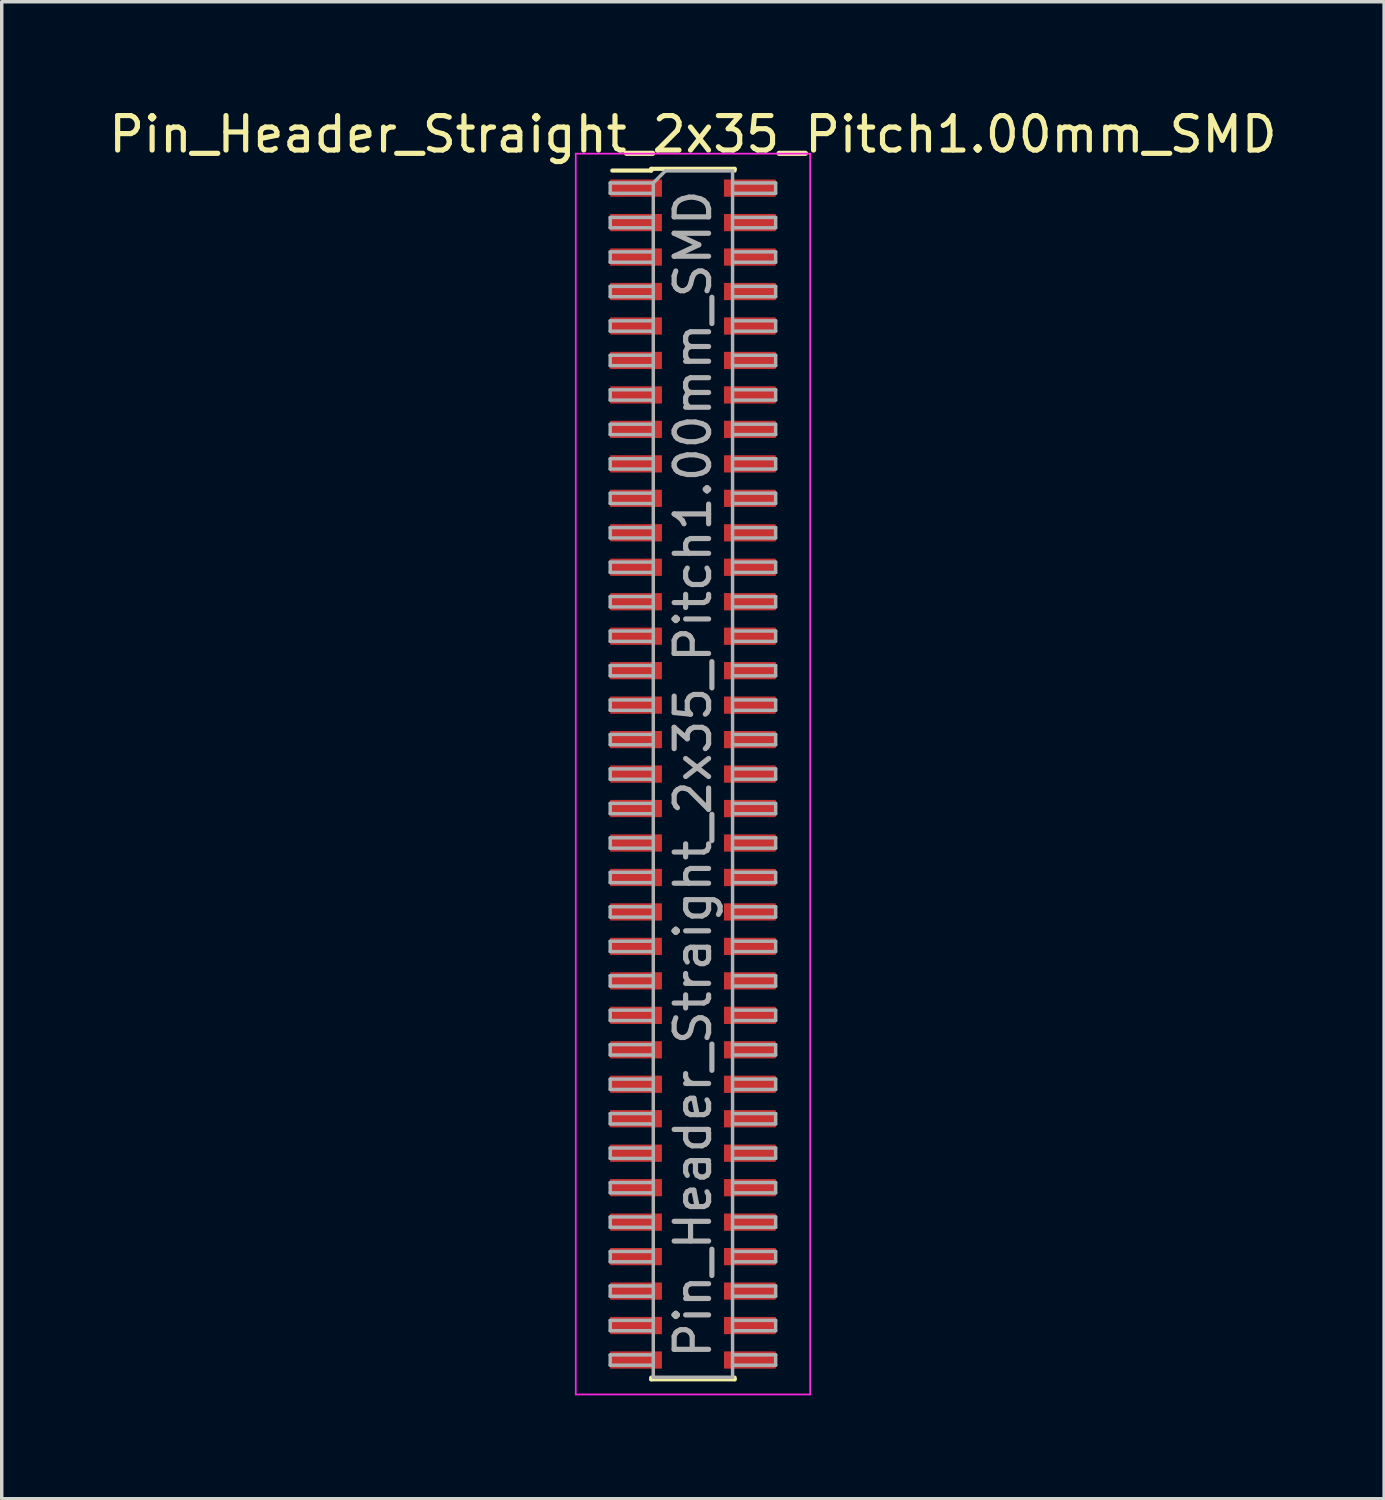
<source format=kicad_pcb>
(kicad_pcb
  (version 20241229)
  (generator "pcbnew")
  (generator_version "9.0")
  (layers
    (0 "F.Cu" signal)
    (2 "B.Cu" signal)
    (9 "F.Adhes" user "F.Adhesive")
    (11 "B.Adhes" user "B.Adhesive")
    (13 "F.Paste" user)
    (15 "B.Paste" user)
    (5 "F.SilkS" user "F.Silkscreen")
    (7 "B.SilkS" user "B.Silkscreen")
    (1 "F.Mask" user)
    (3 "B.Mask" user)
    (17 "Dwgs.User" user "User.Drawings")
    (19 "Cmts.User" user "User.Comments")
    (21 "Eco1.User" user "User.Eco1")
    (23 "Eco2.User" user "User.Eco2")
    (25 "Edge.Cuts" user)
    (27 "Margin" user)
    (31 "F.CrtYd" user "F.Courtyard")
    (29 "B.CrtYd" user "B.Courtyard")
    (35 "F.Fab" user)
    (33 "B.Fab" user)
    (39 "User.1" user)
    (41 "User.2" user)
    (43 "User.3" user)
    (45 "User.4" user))
  (footprint "Pin_Header_Straight_2x35_Pitch1.00mm_SMD"
    (layer "F.Cu")
    (at 17.054 19.408)
    (property "Reference" "Pin_Header_Straight_2x35_Pitch1.00mm_SMD" (at 0 -18.56 0) (layer "F.SilkS") (effects (font (size 1 1) (thickness 0.15))))
    (attr smd)
    (fp_line (start -2.34 -17.51) (end -1.21 -17.51) (stroke (width 0.12) (type solid)) (layer "F.SilkS"))
    (fp_line (start -1.21 -17.56) (end -1.21 -17.51) (stroke (width 0.12) (type solid)) (layer "F.SilkS"))
    (fp_line (start -1.21 -17.56) (end 1.21 -17.56) (stroke (width 0.12) (type solid)) (layer "F.SilkS"))
    (fp_line (start -1.21 17.51) (end -1.21 17.56) (stroke (width 0.12) (type solid)) (layer "F.SilkS"))
    (fp_line (start -1.21 17.56) (end 1.21 17.56) (stroke (width 0.12) (type solid)) (layer "F.SilkS"))
    (fp_line (start 1.21 -17.56) (end 1.21 -17.51) (stroke (width 0.12) (type solid)) (layer "F.SilkS"))
    (fp_line (start 1.21 17.51) (end 1.21 17.56) (stroke (width 0.12) (type solid)) (layer "F.SilkS"))
    (fp_line (start -3.4 -18) (end -3.4 18) (stroke (width 0.05) (type solid)) (layer "F.CrtYd"))
    (fp_line (start -3.4 18) (end 3.4 18) (stroke (width 0.05) (type solid)) (layer "F.CrtYd"))
    (fp_line (start 3.4 -18) (end -3.4 -18) (stroke (width 0.05) (type solid)) (layer "F.CrtYd"))
    (fp_line (start 3.4 18) (end 3.4 -18) (stroke (width 0.05) (type solid)) (layer "F.CrtYd"))
    (fp_line (start -2.4 -17.15) (end -2.4 -16.85) (stroke (width 0.1) (type solid)) (layer "F.Fab"))
    (fp_line (start -2.4 -16.85) (end -1.15 -16.85) (stroke (width 0.1) (type solid)) (layer "F.Fab"))
    (fp_line (start -2.4 -16.15) (end -2.4 -15.85) (stroke (width 0.1) (type solid)) (layer "F.Fab"))
    (fp_line (start -2.4 -15.85) (end -1.15 -15.85) (stroke (width 0.1) (type solid)) (layer "F.Fab"))
    (fp_line (start -2.4 -15.15) (end -2.4 -14.85) (stroke (width 0.1) (type solid)) (layer "F.Fab"))
    (fp_line (start -2.4 -14.85) (end -1.15 -14.85) (stroke (width 0.1) (type solid)) (layer "F.Fab"))
    (fp_line (start -2.4 -14.15) (end -2.4 -13.85) (stroke (width 0.1) (type solid)) (layer "F.Fab"))
    (fp_line (start -2.4 -13.85) (end -1.15 -13.85) (stroke (width 0.1) (type solid)) (layer "F.Fab"))
    (fp_line (start -2.4 -13.15) (end -2.4 -12.85) (stroke (width 0.1) (type solid)) (layer "F.Fab"))
    (fp_line (start -2.4 -12.85) (end -1.15 -12.85) (stroke (width 0.1) (type solid)) (layer "F.Fab"))
    (fp_line (start -2.4 -12.15) (end -2.4 -11.85) (stroke (width 0.1) (type solid)) (layer "F.Fab"))
    (fp_line (start -2.4 -11.85) (end -1.15 -11.85) (stroke (width 0.1) (type solid)) (layer "F.Fab"))
    (fp_line (start -2.4 -11.15) (end -2.4 -10.85) (stroke (width 0.1) (type solid)) (layer "F.Fab"))
    (fp_line (start -2.4 -10.85) (end -1.15 -10.85) (stroke (width 0.1) (type solid)) (layer "F.Fab"))
    (fp_line (start -2.4 -10.15) (end -2.4 -9.85) (stroke (width 0.1) (type solid)) (layer "F.Fab"))
    (fp_line (start -2.4 -9.85) (end -1.15 -9.85) (stroke (width 0.1) (type solid)) (layer "F.Fab"))
    (fp_line (start -2.4 -9.15) (end -2.4 -8.85) (stroke (width 0.1) (type solid)) (layer "F.Fab"))
    (fp_line (start -2.4 -8.85) (end -1.15 -8.85) (stroke (width 0.1) (type solid)) (layer "F.Fab"))
    (fp_line (start -2.4 -8.15) (end -2.4 -7.85) (stroke (width 0.1) (type solid)) (layer "F.Fab"))
    (fp_line (start -2.4 -7.85) (end -1.15 -7.85) (stroke (width 0.1) (type solid)) (layer "F.Fab"))
    (fp_line (start -2.4 -7.15) (end -2.4 -6.85) (stroke (width 0.1) (type solid)) (layer "F.Fab"))
    (fp_line (start -2.4 -6.85) (end -1.15 -6.85) (stroke (width 0.1) (type solid)) (layer "F.Fab"))
    (fp_line (start -2.4 -6.15) (end -2.4 -5.85) (stroke (width 0.1) (type solid)) (layer "F.Fab"))
    (fp_line (start -2.4 -5.85) (end -1.15 -5.85) (stroke (width 0.1) (type solid)) (layer "F.Fab"))
    (fp_line (start -2.4 -5.15) (end -2.4 -4.85) (stroke (width 0.1) (type solid)) (layer "F.Fab"))
    (fp_line (start -2.4 -4.85) (end -1.15 -4.85) (stroke (width 0.1) (type solid)) (layer "F.Fab"))
    (fp_line (start -2.4 -4.15) (end -2.4 -3.85) (stroke (width 0.1) (type solid)) (layer "F.Fab"))
    (fp_line (start -2.4 -3.85) (end -1.15 -3.85) (stroke (width 0.1) (type solid)) (layer "F.Fab"))
    (fp_line (start -2.4 -3.15) (end -2.4 -2.85) (stroke (width 0.1) (type solid)) (layer "F.Fab"))
    (fp_line (start -2.4 -2.85) (end -1.15 -2.85) (stroke (width 0.1) (type solid)) (layer "F.Fab"))
    (fp_line (start -2.4 -2.15) (end -2.4 -1.85) (stroke (width 0.1) (type solid)) (layer "F.Fab"))
    (fp_line (start -2.4 -1.85) (end -1.15 -1.85) (stroke (width 0.1) (type solid)) (layer "F.Fab"))
    (fp_line (start -2.4 -1.15) (end -2.4 -0.85) (stroke (width 0.1) (type solid)) (layer "F.Fab"))
    (fp_line (start -2.4 -0.85) (end -1.15 -0.85) (stroke (width 0.1) (type solid)) (layer "F.Fab"))
    (fp_line (start -2.4 -0.15) (end -2.4 0.15) (stroke (width 0.1) (type solid)) (layer "F.Fab"))
    (fp_line (start -2.4 0.15) (end -1.15 0.15) (stroke (width 0.1) (type solid)) (layer "F.Fab"))
    (fp_line (start -2.4 0.85) (end -2.4 1.15) (stroke (width 0.1) (type solid)) (layer "F.Fab"))
    (fp_line (start -2.4 1.15) (end -1.15 1.15) (stroke (width 0.1) (type solid)) (layer "F.Fab"))
    (fp_line (start -2.4 1.85) (end -2.4 2.15) (stroke (width 0.1) (type solid)) (layer "F.Fab"))
    (fp_line (start -2.4 2.15) (end -1.15 2.15) (stroke (width 0.1) (type solid)) (layer "F.Fab"))
    (fp_line (start -2.4 2.85) (end -2.4 3.15) (stroke (width 0.1) (type solid)) (layer "F.Fab"))
    (fp_line (start -2.4 3.15) (end -1.15 3.15) (stroke (width 0.1) (type solid)) (layer "F.Fab"))
    (fp_line (start -2.4 3.85) (end -2.4 4.15) (stroke (width 0.1) (type solid)) (layer "F.Fab"))
    (fp_line (start -2.4 4.15) (end -1.15 4.15) (stroke (width 0.1) (type solid)) (layer "F.Fab"))
    (fp_line (start -2.4 4.85) (end -2.4 5.15) (stroke (width 0.1) (type solid)) (layer "F.Fab"))
    (fp_line (start -2.4 5.15) (end -1.15 5.15) (stroke (width 0.1) (type solid)) (layer "F.Fab"))
    (fp_line (start -2.4 5.85) (end -2.4 6.15) (stroke (width 0.1) (type solid)) (layer "F.Fab"))
    (fp_line (start -2.4 6.15) (end -1.15 6.15) (stroke (width 0.1) (type solid)) (layer "F.Fab"))
    (fp_line (start -2.4 6.85) (end -2.4 7.15) (stroke (width 0.1) (type solid)) (layer "F.Fab"))
    (fp_line (start -2.4 7.15) (end -1.15 7.15) (stroke (width 0.1) (type solid)) (layer "F.Fab"))
    (fp_line (start -2.4 7.85) (end -2.4 8.15) (stroke (width 0.1) (type solid)) (layer "F.Fab"))
    (fp_line (start -2.4 8.15) (end -1.15 8.15) (stroke (width 0.1) (type solid)) (layer "F.Fab"))
    (fp_line (start -2.4 8.85) (end -2.4 9.15) (stroke (width 0.1) (type solid)) (layer "F.Fab"))
    (fp_line (start -2.4 9.15) (end -1.15 9.15) (stroke (width 0.1) (type solid)) (layer "F.Fab"))
    (fp_line (start -2.4 9.85) (end -2.4 10.15) (stroke (width 0.1) (type solid)) (layer "F.Fab"))
    (fp_line (start -2.4 10.15) (end -1.15 10.15) (stroke (width 0.1) (type solid)) (layer "F.Fab"))
    (fp_line (start -2.4 10.85) (end -2.4 11.15) (stroke (width 0.1) (type solid)) (layer "F.Fab"))
    (fp_line (start -2.4 11.15) (end -1.15 11.15) (stroke (width 0.1) (type solid)) (layer "F.Fab"))
    (fp_line (start -2.4 11.85) (end -2.4 12.15) (stroke (width 0.1) (type solid)) (layer "F.Fab"))
    (fp_line (start -2.4 12.15) (end -1.15 12.15) (stroke (width 0.1) (type solid)) (layer "F.Fab"))
    (fp_line (start -2.4 12.85) (end -2.4 13.15) (stroke (width 0.1) (type solid)) (layer "F.Fab"))
    (fp_line (start -2.4 13.15) (end -1.15 13.15) (stroke (width 0.1) (type solid)) (layer "F.Fab"))
    (fp_line (start -2.4 13.85) (end -2.4 14.15) (stroke (width 0.1) (type solid)) (layer "F.Fab"))
    (fp_line (start -2.4 14.15) (end -1.15 14.15) (stroke (width 0.1) (type solid)) (layer "F.Fab"))
    (fp_line (start -2.4 14.85) (end -2.4 15.15) (stroke (width 0.1) (type solid)) (layer "F.Fab"))
    (fp_line (start -2.4 15.15) (end -1.15 15.15) (stroke (width 0.1) (type solid)) (layer "F.Fab"))
    (fp_line (start -2.4 15.85) (end -2.4 16.15) (stroke (width 0.1) (type solid)) (layer "F.Fab"))
    (fp_line (start -2.4 16.15) (end -1.15 16.15) (stroke (width 0.1) (type solid)) (layer "F.Fab"))
    (fp_line (start -2.4 16.85) (end -2.4 17.15) (stroke (width 0.1) (type solid)) (layer "F.Fab"))
    (fp_line (start -2.4 17.15) (end -1.15 17.15) (stroke (width 0.1) (type solid)) (layer "F.Fab"))
    (fp_line (start -1.15 -17.15) (end -2.4 -17.15) (stroke (width 0.1) (type solid)) (layer "F.Fab"))
    (fp_line (start -1.15 -17.15) (end -0.8 -17.5) (stroke (width 0.1) (type solid)) (layer "F.Fab"))
    (fp_line (start -1.15 -16.15) (end -2.4 -16.15) (stroke (width 0.1) (type solid)) (layer "F.Fab"))
    (fp_line (start -1.15 -15.15) (end -2.4 -15.15) (stroke (width 0.1) (type solid)) (layer "F.Fab"))
    (fp_line (start -1.15 -14.15) (end -2.4 -14.15) (stroke (width 0.1) (type solid)) (layer "F.Fab"))
    (fp_line (start -1.15 -13.15) (end -2.4 -13.15) (stroke (width 0.1) (type solid)) (layer "F.Fab"))
    (fp_line (start -1.15 -12.15) (end -2.4 -12.15) (stroke (width 0.1) (type solid)) (layer "F.Fab"))
    (fp_line (start -1.15 -11.15) (end -2.4 -11.15) (stroke (width 0.1) (type solid)) (layer "F.Fab"))
    (fp_line (start -1.15 -10.15) (end -2.4 -10.15) (stroke (width 0.1) (type solid)) (layer "F.Fab"))
    (fp_line (start -1.15 -9.15) (end -2.4 -9.15) (stroke (width 0.1) (type solid)) (layer "F.Fab"))
    (fp_line (start -1.15 -8.15) (end -2.4 -8.15) (stroke (width 0.1) (type solid)) (layer "F.Fab"))
    (fp_line (start -1.15 -7.15) (end -2.4 -7.15) (stroke (width 0.1) (type solid)) (layer "F.Fab"))
    (fp_line (start -1.15 -6.15) (end -2.4 -6.15) (stroke (width 0.1) (type solid)) (layer "F.Fab"))
    (fp_line (start -1.15 -5.15) (end -2.4 -5.15) (stroke (width 0.1) (type solid)) (layer "F.Fab"))
    (fp_line (start -1.15 -4.15) (end -2.4 -4.15) (stroke (width 0.1) (type solid)) (layer "F.Fab"))
    (fp_line (start -1.15 -3.15) (end -2.4 -3.15) (stroke (width 0.1) (type solid)) (layer "F.Fab"))
    (fp_line (start -1.15 -2.15) (end -2.4 -2.15) (stroke (width 0.1) (type solid)) (layer "F.Fab"))
    (fp_line (start -1.15 -1.15) (end -2.4 -1.15) (stroke (width 0.1) (type solid)) (layer "F.Fab"))
    (fp_line (start -1.15 -0.15) (end -2.4 -0.15) (stroke (width 0.1) (type solid)) (layer "F.Fab"))
    (fp_line (start -1.15 0.85) (end -2.4 0.85) (stroke (width 0.1) (type solid)) (layer "F.Fab"))
    (fp_line (start -1.15 1.85) (end -2.4 1.85) (stroke (width 0.1) (type solid)) (layer "F.Fab"))
    (fp_line (start -1.15 2.85) (end -2.4 2.85) (stroke (width 0.1) (type solid)) (layer "F.Fab"))
    (fp_line (start -1.15 3.85) (end -2.4 3.85) (stroke (width 0.1) (type solid)) (layer "F.Fab"))
    (fp_line (start -1.15 4.85) (end -2.4 4.85) (stroke (width 0.1) (type solid)) (layer "F.Fab"))
    (fp_line (start -1.15 5.85) (end -2.4 5.85) (stroke (width 0.1) (type solid)) (layer "F.Fab"))
    (fp_line (start -1.15 6.85) (end -2.4 6.85) (stroke (width 0.1) (type solid)) (layer "F.Fab"))
    (fp_line (start -1.15 7.85) (end -2.4 7.85) (stroke (width 0.1) (type solid)) (layer "F.Fab"))
    (fp_line (start -1.15 8.85) (end -2.4 8.85) (stroke (width 0.1) (type solid)) (layer "F.Fab"))
    (fp_line (start -1.15 9.85) (end -2.4 9.85) (stroke (width 0.1) (type solid)) (layer "F.Fab"))
    (fp_line (start -1.15 10.85) (end -2.4 10.85) (stroke (width 0.1) (type solid)) (layer "F.Fab"))
    (fp_line (start -1.15 11.85) (end -2.4 11.85) (stroke (width 0.1) (type solid)) (layer "F.Fab"))
    (fp_line (start -1.15 12.85) (end -2.4 12.85) (stroke (width 0.1) (type solid)) (layer "F.Fab"))
    (fp_line (start -1.15 13.85) (end -2.4 13.85) (stroke (width 0.1) (type solid)) (layer "F.Fab"))
    (fp_line (start -1.15 14.85) (end -2.4 14.85) (stroke (width 0.1) (type solid)) (layer "F.Fab"))
    (fp_line (start -1.15 15.85) (end -2.4 15.85) (stroke (width 0.1) (type solid)) (layer "F.Fab"))
    (fp_line (start -1.15 16.85) (end -2.4 16.85) (stroke (width 0.1) (type solid)) (layer "F.Fab"))
    (fp_line (start -1.15 17.5) (end -1.15 -17.15) (stroke (width 0.1) (type solid)) (layer "F.Fab"))
    (fp_line (start -0.8 -17.5) (end 1.15 -17.5) (stroke (width 0.1) (type solid)) (layer "F.Fab"))
    (fp_line (start 1.15 -17.5) (end 1.15 17.5) (stroke (width 0.1) (type solid)) (layer "F.Fab"))
    (fp_line (start 1.15 -17.15) (end 2.4 -17.15) (stroke (width 0.1) (type solid)) (layer "F.Fab"))
    (fp_line (start 1.15 -16.15) (end 2.4 -16.15) (stroke (width 0.1) (type solid)) (layer "F.Fab"))
    (fp_line (start 1.15 -15.15) (end 2.4 -15.15) (stroke (width 0.1) (type solid)) (layer "F.Fab"))
    (fp_line (start 1.15 -14.15) (end 2.4 -14.15) (stroke (width 0.1) (type solid)) (layer "F.Fab"))
    (fp_line (start 1.15 -13.15) (end 2.4 -13.15) (stroke (width 0.1) (type solid)) (layer "F.Fab"))
    (fp_line (start 1.15 -12.15) (end 2.4 -12.15) (stroke (width 0.1) (type solid)) (layer "F.Fab"))
    (fp_line (start 1.15 -11.15) (end 2.4 -11.15) (stroke (width 0.1) (type solid)) (layer "F.Fab"))
    (fp_line (start 1.15 -10.15) (end 2.4 -10.15) (stroke (width 0.1) (type solid)) (layer "F.Fab"))
    (fp_line (start 1.15 -9.15) (end 2.4 -9.15) (stroke (width 0.1) (type solid)) (layer "F.Fab"))
    (fp_line (start 1.15 -8.15) (end 2.4 -8.15) (stroke (width 0.1) (type solid)) (layer "F.Fab"))
    (fp_line (start 1.15 -7.15) (end 2.4 -7.15) (stroke (width 0.1) (type solid)) (layer "F.Fab"))
    (fp_line (start 1.15 -6.15) (end 2.4 -6.15) (stroke (width 0.1) (type solid)) (layer "F.Fab"))
    (fp_line (start 1.15 -5.15) (end 2.4 -5.15) (stroke (width 0.1) (type solid)) (layer "F.Fab"))
    (fp_line (start 1.15 -4.15) (end 2.4 -4.15) (stroke (width 0.1) (type solid)) (layer "F.Fab"))
    (fp_line (start 1.15 -3.15) (end 2.4 -3.15) (stroke (width 0.1) (type solid)) (layer "F.Fab"))
    (fp_line (start 1.15 -2.15) (end 2.4 -2.15) (stroke (width 0.1) (type solid)) (layer "F.Fab"))
    (fp_line (start 1.15 -1.15) (end 2.4 -1.15) (stroke (width 0.1) (type solid)) (layer "F.Fab"))
    (fp_line (start 1.15 -0.15) (end 2.4 -0.15) (stroke (width 0.1) (type solid)) (layer "F.Fab"))
    (fp_line (start 1.15 0.85) (end 2.4 0.85) (stroke (width 0.1) (type solid)) (layer "F.Fab"))
    (fp_line (start 1.15 1.85) (end 2.4 1.85) (stroke (width 0.1) (type solid)) (layer "F.Fab"))
    (fp_line (start 1.15 2.85) (end 2.4 2.85) (stroke (width 0.1) (type solid)) (layer "F.Fab"))
    (fp_line (start 1.15 3.85) (end 2.4 3.85) (stroke (width 0.1) (type solid)) (layer "F.Fab"))
    (fp_line (start 1.15 4.85) (end 2.4 4.85) (stroke (width 0.1) (type solid)) (layer "F.Fab"))
    (fp_line (start 1.15 5.85) (end 2.4 5.85) (stroke (width 0.1) (type solid)) (layer "F.Fab"))
    (fp_line (start 1.15 6.85) (end 2.4 6.85) (stroke (width 0.1) (type solid)) (layer "F.Fab"))
    (fp_line (start 1.15 7.85) (end 2.4 7.85) (stroke (width 0.1) (type solid)) (layer "F.Fab"))
    (fp_line (start 1.15 8.85) (end 2.4 8.85) (stroke (width 0.1) (type solid)) (layer "F.Fab"))
    (fp_line (start 1.15 9.85) (end 2.4 9.85) (stroke (width 0.1) (type solid)) (layer "F.Fab"))
    (fp_line (start 1.15 10.85) (end 2.4 10.85) (stroke (width 0.1) (type solid)) (layer "F.Fab"))
    (fp_line (start 1.15 11.85) (end 2.4 11.85) (stroke (width 0.1) (type solid)) (layer "F.Fab"))
    (fp_line (start 1.15 12.85) (end 2.4 12.85) (stroke (width 0.1) (type solid)) (layer "F.Fab"))
    (fp_line (start 1.15 13.85) (end 2.4 13.85) (stroke (width 0.1) (type solid)) (layer "F.Fab"))
    (fp_line (start 1.15 14.85) (end 2.4 14.85) (stroke (width 0.1) (type solid)) (layer "F.Fab"))
    (fp_line (start 1.15 15.85) (end 2.4 15.85) (stroke (width 0.1) (type solid)) (layer "F.Fab"))
    (fp_line (start 1.15 16.85) (end 2.4 16.85) (stroke (width 0.1) (type solid)) (layer "F.Fab"))
    (fp_line (start 1.15 17.5) (end -1.15 17.5) (stroke (width 0.1) (type solid)) (layer "F.Fab"))
    (fp_line (start 2.4 -17.15) (end 2.4 -16.85) (stroke (width 0.1) (type solid)) (layer "F.Fab"))
    (fp_line (start 2.4 -16.85) (end 1.15 -16.85) (stroke (width 0.1) (type solid)) (layer "F.Fab"))
    (fp_line (start 2.4 -16.15) (end 2.4 -15.85) (stroke (width 0.1) (type solid)) (layer "F.Fab"))
    (fp_line (start 2.4 -15.85) (end 1.15 -15.85) (stroke (width 0.1) (type solid)) (layer "F.Fab"))
    (fp_line (start 2.4 -15.15) (end 2.4 -14.85) (stroke (width 0.1) (type solid)) (layer "F.Fab"))
    (fp_line (start 2.4 -14.85) (end 1.15 -14.85) (stroke (width 0.1) (type solid)) (layer "F.Fab"))
    (fp_line (start 2.4 -14.15) (end 2.4 -13.85) (stroke (width 0.1) (type solid)) (layer "F.Fab"))
    (fp_line (start 2.4 -13.85) (end 1.15 -13.85) (stroke (width 0.1) (type solid)) (layer "F.Fab"))
    (fp_line (start 2.4 -13.15) (end 2.4 -12.85) (stroke (width 0.1) (type solid)) (layer "F.Fab"))
    (fp_line (start 2.4 -12.85) (end 1.15 -12.85) (stroke (width 0.1) (type solid)) (layer "F.Fab"))
    (fp_line (start 2.4 -12.15) (end 2.4 -11.85) (stroke (width 0.1) (type solid)) (layer "F.Fab"))
    (fp_line (start 2.4 -11.85) (end 1.15 -11.85) (stroke (width 0.1) (type solid)) (layer "F.Fab"))
    (fp_line (start 2.4 -11.15) (end 2.4 -10.85) (stroke (width 0.1) (type solid)) (layer "F.Fab"))
    (fp_line (start 2.4 -10.85) (end 1.15 -10.85) (stroke (width 0.1) (type solid)) (layer "F.Fab"))
    (fp_line (start 2.4 -10.15) (end 2.4 -9.85) (stroke (width 0.1) (type solid)) (layer "F.Fab"))
    (fp_line (start 2.4 -9.85) (end 1.15 -9.85) (stroke (width 0.1) (type solid)) (layer "F.Fab"))
    (fp_line (start 2.4 -9.15) (end 2.4 -8.85) (stroke (width 0.1) (type solid)) (layer "F.Fab"))
    (fp_line (start 2.4 -8.85) (end 1.15 -8.85) (stroke (width 0.1) (type solid)) (layer "F.Fab"))
    (fp_line (start 2.4 -8.15) (end 2.4 -7.85) (stroke (width 0.1) (type solid)) (layer "F.Fab"))
    (fp_line (start 2.4 -7.85) (end 1.15 -7.85) (stroke (width 0.1) (type solid)) (layer "F.Fab"))
    (fp_line (start 2.4 -7.15) (end 2.4 -6.85) (stroke (width 0.1) (type solid)) (layer "F.Fab"))
    (fp_line (start 2.4 -6.85) (end 1.15 -6.85) (stroke (width 0.1) (type solid)) (layer "F.Fab"))
    (fp_line (start 2.4 -6.15) (end 2.4 -5.85) (stroke (width 0.1) (type solid)) (layer "F.Fab"))
    (fp_line (start 2.4 -5.85) (end 1.15 -5.85) (stroke (width 0.1) (type solid)) (layer "F.Fab"))
    (fp_line (start 2.4 -5.15) (end 2.4 -4.85) (stroke (width 0.1) (type solid)) (layer "F.Fab"))
    (fp_line (start 2.4 -4.85) (end 1.15 -4.85) (stroke (width 0.1) (type solid)) (layer "F.Fab"))
    (fp_line (start 2.4 -4.15) (end 2.4 -3.85) (stroke (width 0.1) (type solid)) (layer "F.Fab"))
    (fp_line (start 2.4 -3.85) (end 1.15 -3.85) (stroke (width 0.1) (type solid)) (layer "F.Fab"))
    (fp_line (start 2.4 -3.15) (end 2.4 -2.85) (stroke (width 0.1) (type solid)) (layer "F.Fab"))
    (fp_line (start 2.4 -2.85) (end 1.15 -2.85) (stroke (width 0.1) (type solid)) (layer "F.Fab"))
    (fp_line (start 2.4 -2.15) (end 2.4 -1.85) (stroke (width 0.1) (type solid)) (layer "F.Fab"))
    (fp_line (start 2.4 -1.85) (end 1.15 -1.85) (stroke (width 0.1) (type solid)) (layer "F.Fab"))
    (fp_line (start 2.4 -1.15) (end 2.4 -0.85) (stroke (width 0.1) (type solid)) (layer "F.Fab"))
    (fp_line (start 2.4 -0.85) (end 1.15 -0.85) (stroke (width 0.1) (type solid)) (layer "F.Fab"))
    (fp_line (start 2.4 -0.15) (end 2.4 0.15) (stroke (width 0.1) (type solid)) (layer "F.Fab"))
    (fp_line (start 2.4 0.15) (end 1.15 0.15) (stroke (width 0.1) (type solid)) (layer "F.Fab"))
    (fp_line (start 2.4 0.85) (end 2.4 1.15) (stroke (width 0.1) (type solid)) (layer "F.Fab"))
    (fp_line (start 2.4 1.15) (end 1.15 1.15) (stroke (width 0.1) (type solid)) (layer "F.Fab"))
    (fp_line (start 2.4 1.85) (end 2.4 2.15) (stroke (width 0.1) (type solid)) (layer "F.Fab"))
    (fp_line (start 2.4 2.15) (end 1.15 2.15) (stroke (width 0.1) (type solid)) (layer "F.Fab"))
    (fp_line (start 2.4 2.85) (end 2.4 3.15) (stroke (width 0.1) (type solid)) (layer "F.Fab"))
    (fp_line (start 2.4 3.15) (end 1.15 3.15) (stroke (width 0.1) (type solid)) (layer "F.Fab"))
    (fp_line (start 2.4 3.85) (end 2.4 4.15) (stroke (width 0.1) (type solid)) (layer "F.Fab"))
    (fp_line (start 2.4 4.15) (end 1.15 4.15) (stroke (width 0.1) (type solid)) (layer "F.Fab"))
    (fp_line (start 2.4 4.85) (end 2.4 5.15) (stroke (width 0.1) (type solid)) (layer "F.Fab"))
    (fp_line (start 2.4 5.15) (end 1.15 5.15) (stroke (width 0.1) (type solid)) (layer "F.Fab"))
    (fp_line (start 2.4 5.85) (end 2.4 6.15) (stroke (width 0.1) (type solid)) (layer "F.Fab"))
    (fp_line (start 2.4 6.15) (end 1.15 6.15) (stroke (width 0.1) (type solid)) (layer "F.Fab"))
    (fp_line (start 2.4 6.85) (end 2.4 7.15) (stroke (width 0.1) (type solid)) (layer "F.Fab"))
    (fp_line (start 2.4 7.15) (end 1.15 7.15) (stroke (width 0.1) (type solid)) (layer "F.Fab"))
    (fp_line (start 2.4 7.85) (end 2.4 8.15) (stroke (width 0.1) (type solid)) (layer "F.Fab"))
    (fp_line (start 2.4 8.15) (end 1.15 8.15) (stroke (width 0.1) (type solid)) (layer "F.Fab"))
    (fp_line (start 2.4 8.85) (end 2.4 9.15) (stroke (width 0.1) (type solid)) (layer "F.Fab"))
    (fp_line (start 2.4 9.15) (end 1.15 9.15) (stroke (width 0.1) (type solid)) (layer "F.Fab"))
    (fp_line (start 2.4 9.85) (end 2.4 10.15) (stroke (width 0.1) (type solid)) (layer "F.Fab"))
    (fp_line (start 2.4 10.15) (end 1.15 10.15) (stroke (width 0.1) (type solid)) (layer "F.Fab"))
    (fp_line (start 2.4 10.85) (end 2.4 11.15) (stroke (width 0.1) (type solid)) (layer "F.Fab"))
    (fp_line (start 2.4 11.15) (end 1.15 11.15) (stroke (width 0.1) (type solid)) (layer "F.Fab"))
    (fp_line (start 2.4 11.85) (end 2.4 12.15) (stroke (width 0.1) (type solid)) (layer "F.Fab"))
    (fp_line (start 2.4 12.15) (end 1.15 12.15) (stroke (width 0.1) (type solid)) (layer "F.Fab"))
    (fp_line (start 2.4 12.85) (end 2.4 13.15) (stroke (width 0.1) (type solid)) (layer "F.Fab"))
    (fp_line (start 2.4 13.15) (end 1.15 13.15) (stroke (width 0.1) (type solid)) (layer "F.Fab"))
    (fp_line (start 2.4 13.85) (end 2.4 14.15) (stroke (width 0.1) (type solid)) (layer "F.Fab"))
    (fp_line (start 2.4 14.15) (end 1.15 14.15) (stroke (width 0.1) (type solid)) (layer "F.Fab"))
    (fp_line (start 2.4 14.85) (end 2.4 15.15) (stroke (width 0.1) (type solid)) (layer "F.Fab"))
    (fp_line (start 2.4 15.15) (end 1.15 15.15) (stroke (width 0.1) (type solid)) (layer "F.Fab"))
    (fp_line (start 2.4 15.85) (end 2.4 16.15) (stroke (width 0.1) (type solid)) (layer "F.Fab"))
    (fp_line (start 2.4 16.15) (end 1.15 16.15) (stroke (width 0.1) (type solid)) (layer "F.Fab"))
    (fp_line (start 2.4 16.85) (end 2.4 17.15) (stroke (width 0.1) (type solid)) (layer "F.Fab"))
    (fp_line (start 2.4 17.15) (end 1.15 17.15) (stroke (width 0.1) (type solid)) (layer "F.Fab"))
    (fp_text user "${REFERENCE}" (at 0 0 90) (layer "F.Fab") (effects (font (size 1 1) (thickness 0.15))))
    (pad "1" smd rect (at -1.65 -17) (size 1.5 0.5) (layers "F.Cu" "F.Mask" "F.Paste"))
    (pad "2" smd rect (at 1.65 -17) (size 1.5 0.5) (layers "F.Cu" "F.Mask" "F.Paste"))
    (pad "3" smd rect (at -1.65 -16) (size 1.5 0.5) (layers "F.Cu" "F.Mask" "F.Paste"))
    (pad "4" smd rect (at 1.65 -16) (size 1.5 0.5) (layers "F.Cu" "F.Mask" "F.Paste"))
    (pad "5" smd rect (at -1.65 -15) (size 1.5 0.5) (layers "F.Cu" "F.Mask" "F.Paste"))
    (pad "6" smd rect (at 1.65 -15) (size 1.5 0.5) (layers "F.Cu" "F.Mask" "F.Paste"))
    (pad "7" smd rect (at -1.65 -14) (size 1.5 0.5) (layers "F.Cu" "F.Mask" "F.Paste"))
    (pad "8" smd rect (at 1.65 -14) (size 1.5 0.5) (layers "F.Cu" "F.Mask" "F.Paste"))
    (pad "9" smd rect (at -1.65 -13) (size 1.5 0.5) (layers "F.Cu" "F.Mask" "F.Paste"))
    (pad "10" smd rect (at 1.65 -13) (size 1.5 0.5) (layers "F.Cu" "F.Mask" "F.Paste"))
    (pad "11" smd rect (at -1.65 -12) (size 1.5 0.5) (layers "F.Cu" "F.Mask" "F.Paste"))
    (pad "12" smd rect (at 1.65 -12) (size 1.5 0.5) (layers "F.Cu" "F.Mask" "F.Paste"))
    (pad "13" smd rect (at -1.65 -11) (size 1.5 0.5) (layers "F.Cu" "F.Mask" "F.Paste"))
    (pad "14" smd rect (at 1.65 -11) (size 1.5 0.5) (layers "F.Cu" "F.Mask" "F.Paste"))
    (pad "15" smd rect (at -1.65 -10) (size 1.5 0.5) (layers "F.Cu" "F.Mask" "F.Paste"))
    (pad "16" smd rect (at 1.65 -10) (size 1.5 0.5) (layers "F.Cu" "F.Mask" "F.Paste"))
    (pad "17" smd rect (at -1.65 -9) (size 1.5 0.5) (layers "F.Cu" "F.Mask" "F.Paste"))
    (pad "18" smd rect (at 1.65 -9) (size 1.5 0.5) (layers "F.Cu" "F.Mask" "F.Paste"))
    (pad "19" smd rect (at -1.65 -8) (size 1.5 0.5) (layers "F.Cu" "F.Mask" "F.Paste"))
    (pad "20" smd rect (at 1.65 -8) (size 1.5 0.5) (layers "F.Cu" "F.Mask" "F.Paste"))
    (pad "21" smd rect (at -1.65 -7) (size 1.5 0.5) (layers "F.Cu" "F.Mask" "F.Paste"))
    (pad "22" smd rect (at 1.65 -7) (size 1.5 0.5) (layers "F.Cu" "F.Mask" "F.Paste"))
    (pad "23" smd rect (at -1.65 -6) (size 1.5 0.5) (layers "F.Cu" "F.Mask" "F.Paste"))
    (pad "24" smd rect (at 1.65 -6) (size 1.5 0.5) (layers "F.Cu" "F.Mask" "F.Paste"))
    (pad "25" smd rect (at -1.65 -5) (size 1.5 0.5) (layers "F.Cu" "F.Mask" "F.Paste"))
    (pad "26" smd rect (at 1.65 -5) (size 1.5 0.5) (layers "F.Cu" "F.Mask" "F.Paste"))
    (pad "27" smd rect (at -1.65 -4) (size 1.5 0.5) (layers "F.Cu" "F.Mask" "F.Paste"))
    (pad "28" smd rect (at 1.65 -4) (size 1.5 0.5) (layers "F.Cu" "F.Mask" "F.Paste"))
    (pad "29" smd rect (at -1.65 -3) (size 1.5 0.5) (layers "F.Cu" "F.Mask" "F.Paste"))
    (pad "30" smd rect (at 1.65 -3) (size 1.5 0.5) (layers "F.Cu" "F.Mask" "F.Paste"))
    (pad "31" smd rect (at -1.65 -2) (size 1.5 0.5) (layers "F.Cu" "F.Mask" "F.Paste"))
    (pad "32" smd rect (at 1.65 -2) (size 1.5 0.5) (layers "F.Cu" "F.Mask" "F.Paste"))
    (pad "33" smd rect (at -1.65 -1) (size 1.5 0.5) (layers "F.Cu" "F.Mask" "F.Paste"))
    (pad "34" smd rect (at 1.65 -1) (size 1.5 0.5) (layers "F.Cu" "F.Mask" "F.Paste"))
    (pad "35" smd rect (at -1.65 0) (size 1.5 0.5) (layers "F.Cu" "F.Mask" "F.Paste"))
    (pad "36" smd rect (at 1.65 0) (size 1.5 0.5) (layers "F.Cu" "F.Mask" "F.Paste"))
    (pad "37" smd rect (at -1.65 1) (size 1.5 0.5) (layers "F.Cu" "F.Mask" "F.Paste"))
    (pad "38" smd rect (at 1.65 1) (size 1.5 0.5) (layers "F.Cu" "F.Mask" "F.Paste"))
    (pad "39" smd rect (at -1.65 2) (size 1.5 0.5) (layers "F.Cu" "F.Mask" "F.Paste"))
    (pad "40" smd rect (at 1.65 2) (size 1.5 0.5) (layers "F.Cu" "F.Mask" "F.Paste"))
    (pad "41" smd rect (at -1.65 3) (size 1.5 0.5) (layers "F.Cu" "F.Mask" "F.Paste"))
    (pad "42" smd rect (at 1.65 3) (size 1.5 0.5) (layers "F.Cu" "F.Mask" "F.Paste"))
    (pad "43" smd rect (at -1.65 4) (size 1.5 0.5) (layers "F.Cu" "F.Mask" "F.Paste"))
    (pad "44" smd rect (at 1.65 4) (size 1.5 0.5) (layers "F.Cu" "F.Mask" "F.Paste"))
    (pad "45" smd rect (at -1.65 5) (size 1.5 0.5) (layers "F.Cu" "F.Mask" "F.Paste"))
    (pad "46" smd rect (at 1.65 5) (size 1.5 0.5) (layers "F.Cu" "F.Mask" "F.Paste"))
    (pad "47" smd rect (at -1.65 6) (size 1.5 0.5) (layers "F.Cu" "F.Mask" "F.Paste"))
    (pad "48" smd rect (at 1.65 6) (size 1.5 0.5) (layers "F.Cu" "F.Mask" "F.Paste"))
    (pad "49" smd rect (at -1.65 7) (size 1.5 0.5) (layers "F.Cu" "F.Mask" "F.Paste"))
    (pad "50" smd rect (at 1.65 7) (size 1.5 0.5) (layers "F.Cu" "F.Mask" "F.Paste"))
    (pad "51" smd rect (at -1.65 8) (size 1.5 0.5) (layers "F.Cu" "F.Mask" "F.Paste"))
    (pad "52" smd rect (at 1.65 8) (size 1.5 0.5) (layers "F.Cu" "F.Mask" "F.Paste"))
    (pad "53" smd rect (at -1.65 9) (size 1.5 0.5) (layers "F.Cu" "F.Mask" "F.Paste"))
    (pad "54" smd rect (at 1.65 9) (size 1.5 0.5) (layers "F.Cu" "F.Mask" "F.Paste"))
    (pad "55" smd rect (at -1.65 10) (size 1.5 0.5) (layers "F.Cu" "F.Mask" "F.Paste"))
    (pad "56" smd rect (at 1.65 10) (size 1.5 0.5) (layers "F.Cu" "F.Mask" "F.Paste"))
    (pad "57" smd rect (at -1.65 11) (size 1.5 0.5) (layers "F.Cu" "F.Mask" "F.Paste"))
    (pad "58" smd rect (at 1.65 11) (size 1.5 0.5) (layers "F.Cu" "F.Mask" "F.Paste"))
    (pad "59" smd rect (at -1.65 12) (size 1.5 0.5) (layers "F.Cu" "F.Mask" "F.Paste"))
    (pad "60" smd rect (at 1.65 12) (size 1.5 0.5) (layers "F.Cu" "F.Mask" "F.Paste"))
    (pad "61" smd rect (at -1.65 13) (size 1.5 0.5) (layers "F.Cu" "F.Mask" "F.Paste"))
    (pad "62" smd rect (at 1.65 13) (size 1.5 0.5) (layers "F.Cu" "F.Mask" "F.Paste"))
    (pad "63" smd rect (at -1.65 14) (size 1.5 0.5) (layers "F.Cu" "F.Mask" "F.Paste"))
    (pad "64" smd rect (at 1.65 14) (size 1.5 0.5) (layers "F.Cu" "F.Mask" "F.Paste"))
    (pad "65" smd rect (at -1.65 15) (size 1.5 0.5) (layers "F.Cu" "F.Mask" "F.Paste"))
    (pad "66" smd rect (at 1.65 15) (size 1.5 0.5) (layers "F.Cu" "F.Mask" "F.Paste"))
    (pad "67" smd rect (at -1.65 16) (size 1.5 0.5) (layers "F.Cu" "F.Mask" "F.Paste"))
    (pad "68" smd rect (at 1.65 16) (size 1.5 0.5) (layers "F.Cu" "F.Mask" "F.Paste"))
    (pad "69" smd rect (at -1.65 17) (size 1.5 0.5) (layers "F.Cu" "F.Mask" "F.Paste"))
    (pad "70" smd rect (at 1.65 17) (size 1.5 0.5) (layers "F.Cu" "F.Mask" "F.Paste")))
  (gr_rect
    (start -3 -3)
    (end 37.107 40.433)
    (stroke (width 0.1) (type default))
    (fill no)
    (layer "Edge.Cuts")))
</source>
